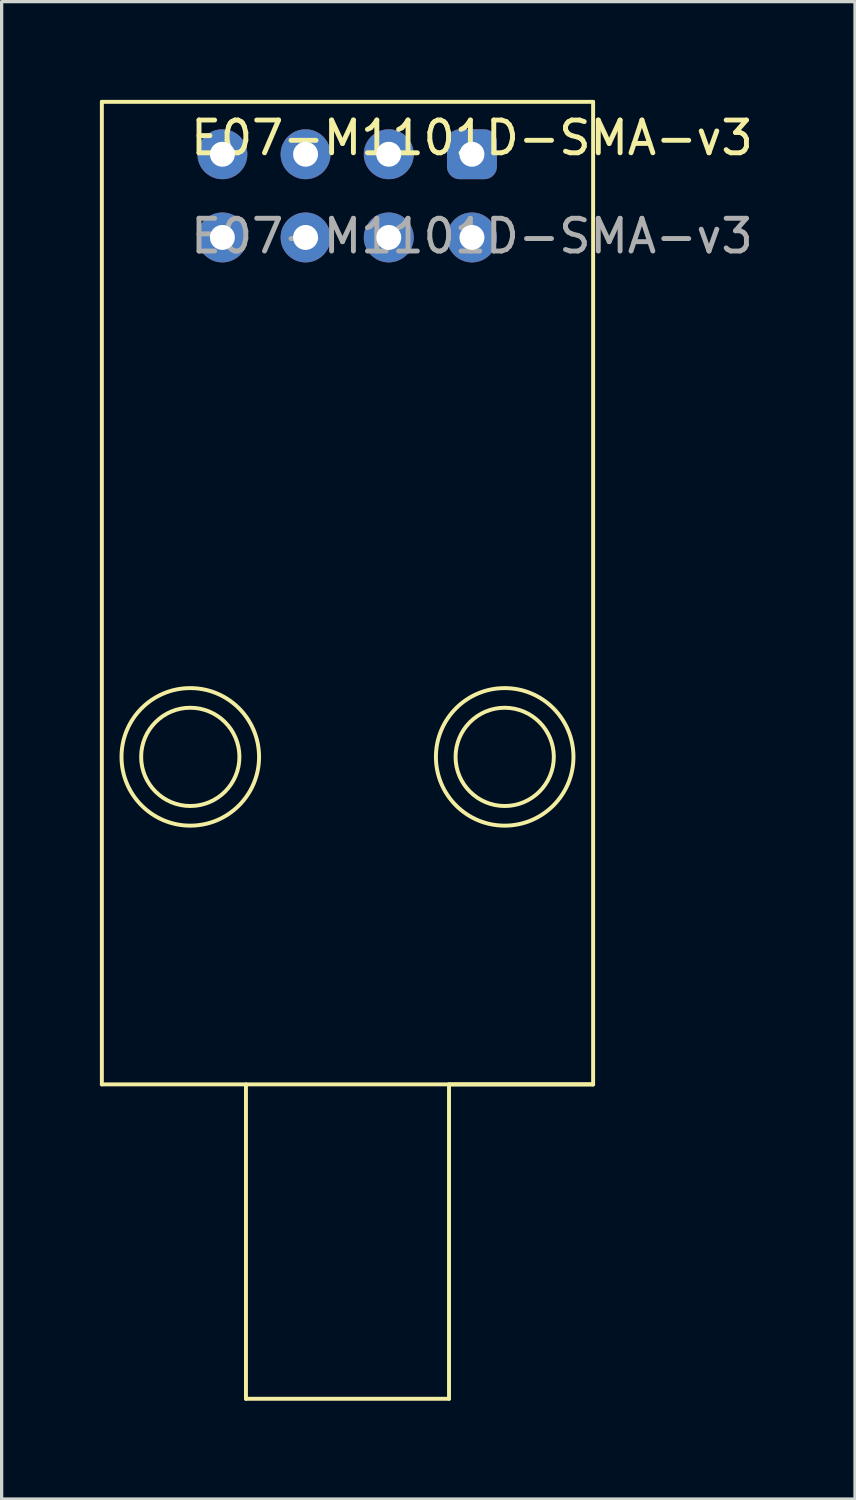
<source format=kicad_pcb>
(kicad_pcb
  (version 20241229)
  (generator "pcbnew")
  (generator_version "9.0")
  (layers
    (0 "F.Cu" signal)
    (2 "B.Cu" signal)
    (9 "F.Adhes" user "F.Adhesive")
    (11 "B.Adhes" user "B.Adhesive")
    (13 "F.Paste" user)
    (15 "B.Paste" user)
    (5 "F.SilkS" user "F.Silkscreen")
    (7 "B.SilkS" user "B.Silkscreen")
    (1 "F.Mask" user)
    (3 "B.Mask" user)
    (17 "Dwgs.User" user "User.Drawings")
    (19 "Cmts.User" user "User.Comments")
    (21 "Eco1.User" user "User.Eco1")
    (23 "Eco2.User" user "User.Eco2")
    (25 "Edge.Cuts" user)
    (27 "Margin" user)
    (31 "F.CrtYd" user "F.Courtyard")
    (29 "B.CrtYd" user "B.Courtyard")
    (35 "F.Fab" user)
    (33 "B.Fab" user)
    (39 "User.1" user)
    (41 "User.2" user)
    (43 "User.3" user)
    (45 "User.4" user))
  (footprint "E07-M1101D-SMA-v3"
    (layer "F.Cu")
    (at 11.36 1.66)
    (property "Reference" "E07-M1101D-SMA-v3" (at 0 -0.5 0) (unlocked yes) (layer "F.SilkS") (effects (font (size 1 1) (thickness 0.15))))
    (attr through_hole)
    (fp_line (start -11.3 -1.6) (end -11.3 28.4) (stroke (width 0.12) (type solid)) (layer "F.SilkS"))
    (fp_line (start -11.3 28.4) (end 3.7 28.4) (stroke (width 0.12) (type solid)) (layer "F.SilkS"))
    (fp_line (start -6.9 38) (end -6.9 28.4) (stroke (width 0.12) (type solid)) (layer "F.SilkS"))
    (fp_line (start -0.7 28.4) (end -0.7 38) (stroke (width 0.12) (type solid)) (layer "F.SilkS"))
    (fp_line (start -0.7 38) (end -6.9 38) (stroke (width 0.12) (type solid)) (layer "F.SilkS"))
    (fp_line (start 3.7 -1.6) (end -11.3 -1.6) (stroke (width 0.12) (type solid)) (layer "F.SilkS"))
    (fp_line (start 3.7 28.4) (end -0.7 28.4) (stroke (width 0.12) (type solid)) (layer "F.SilkS"))
    (fp_line (start 3.7 28.4) (end 3.7 -1.6) (stroke (width 0.12) (type solid)) (layer "F.SilkS"))
    (fp_circle (center -8.6 18.4) (end -7.1 18.4) (stroke (width 0.12) (type solid)) (fill no) (layer "F.SilkS"))
    (fp_circle (center -8.6 18.4) (end -6.5 18.4) (stroke (width 0.12) (type solid)) (fill no) (layer "F.SilkS"))
    (fp_circle (center 1 18.4) (end 2.5 18.4) (stroke (width 0.12) (type solid)) (fill no) (layer "F.SilkS"))
    (fp_circle (center 1 18.4) (end 3.1 18.4) (stroke (width 0.12) (type solid)) (fill no) (layer "F.SilkS"))
    (fp_text user "${REFERENCE}" (at 0 2.5 0) (unlocked yes) (layer "F.Fab") (effects (font (size 1 1) (thickness 0.15))))
    (pad "1" thru_hole roundrect (at 0 0) (size 1.524 1.524) (drill 0.762) (layers "*.Cu" "*.Mask") (roundrect_rratio 0.25))
    (pad "2" thru_hole circle (at 0 2.54) (size 1.524 1.524) (drill 0.762) (layers "*.Cu" "*.Mask"))
    (pad "3" thru_hole circle (at -2.54 0) (size 1.524 1.524) (drill 0.762) (layers "*.Cu" "*.Mask"))
    (pad "4" thru_hole circle (at -2.54 2.54) (size 1.524 1.524) (drill 0.762) (layers "*.Cu" "*.Mask"))
    (pad "5" thru_hole circle (at -5.08 0) (size 1.524 1.524) (drill 0.762) (layers "*.Cu" "*.Mask"))
    (pad "6" thru_hole circle (at -5.08 2.54) (size 1.524 1.524) (drill 0.762) (layers "*.Cu" "*.Mask"))
    (pad "7" thru_hole circle (at -7.62 0) (size 1.524 1.524) (drill 0.762) (layers "*.Cu" "*.Mask"))
    (pad "8" thru_hole circle (at -7.62 2.54) (size 1.524 1.524) (drill 0.762) (layers "*.Cu" "*.Mask")))
  (gr_rect
    (start -3 -3)
    (end 23.056 42.72)
    (stroke (width 0.1) (type default))
    (fill no)
    (layer "Edge.Cuts")))
</source>
